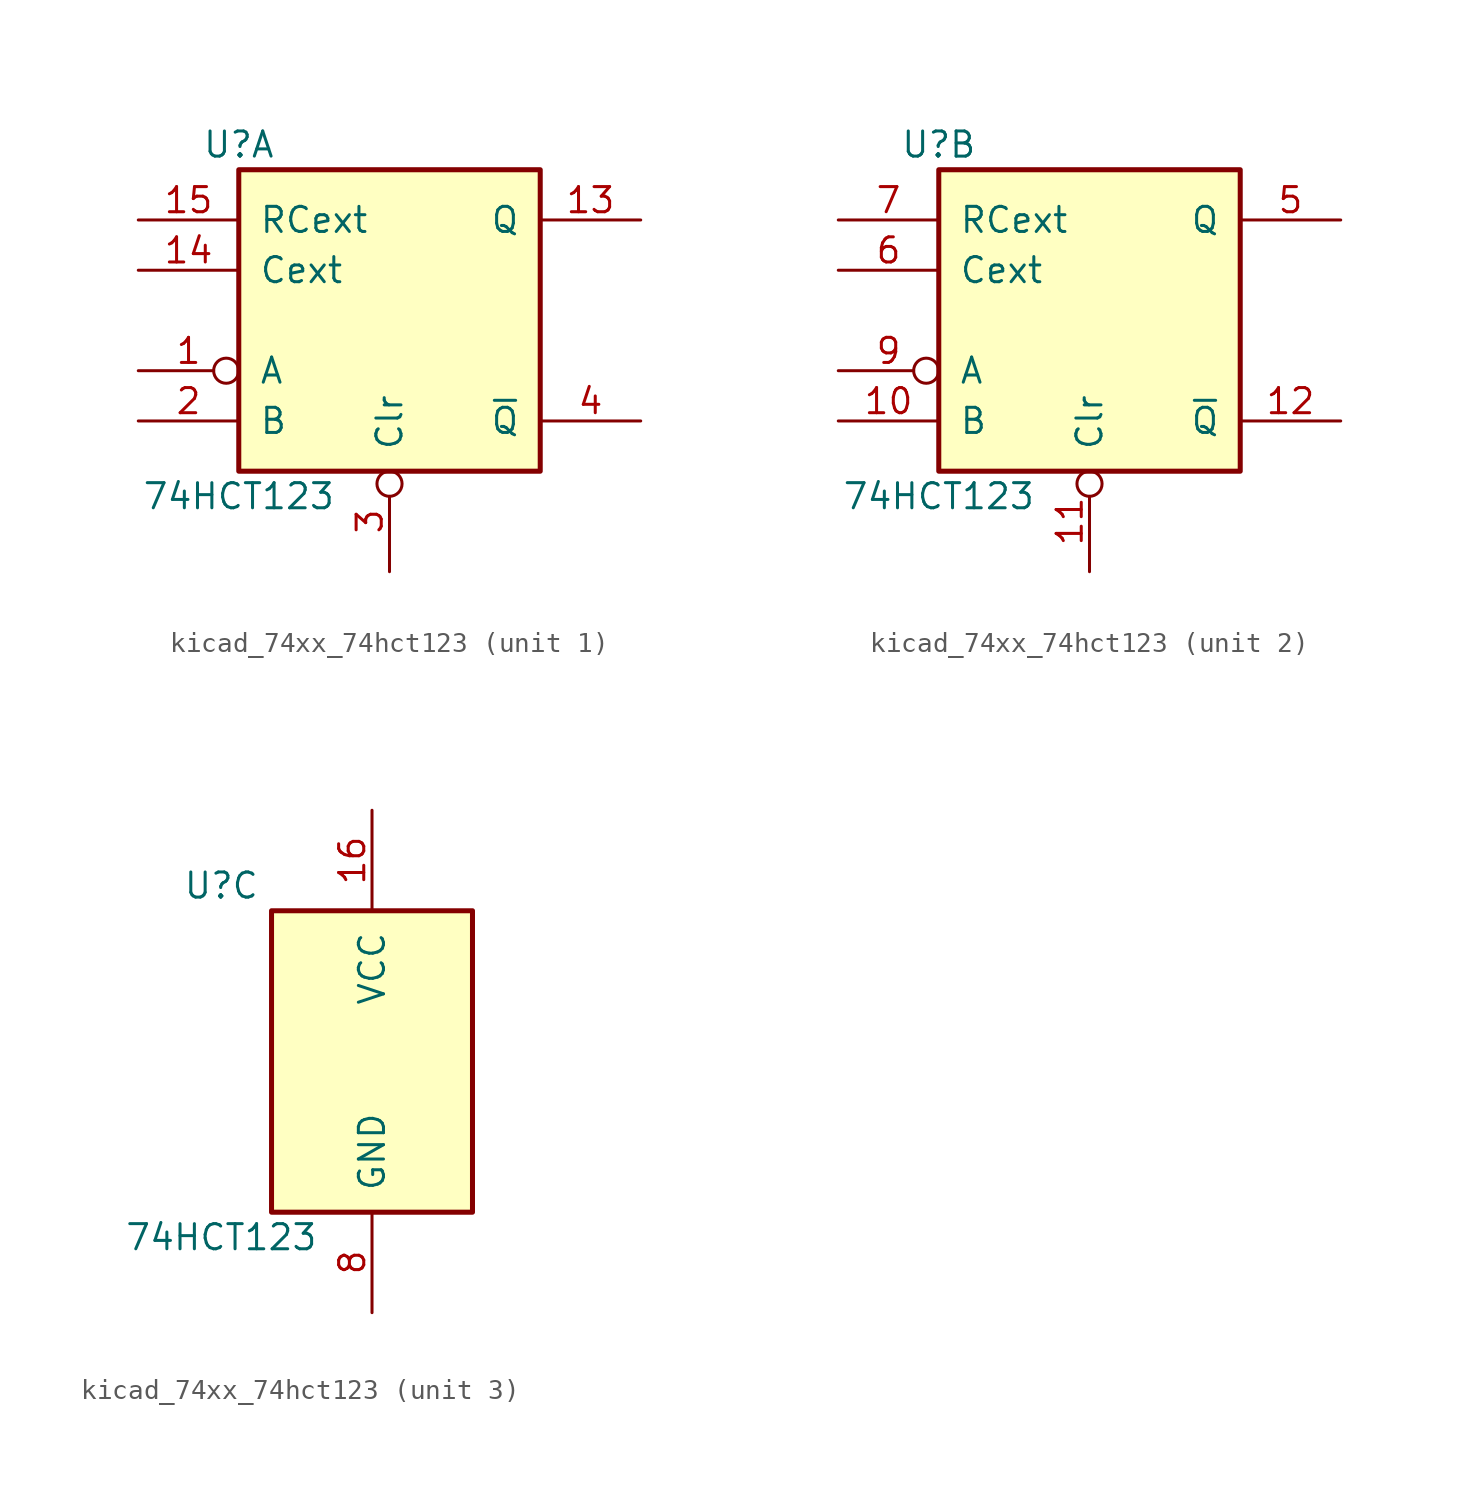
<source format=kicad_sym>
(kicad_symbol_lib
  (version 20220914)
  (generator kicad_symbol_editor)
  (symbol "kicad_74xx_74hct123"
    (pin_names
      (offset 1.016))
    (property "Reference" "U"
      (at -7.62 8.89 0)
      (effects (font (size 1.27 1.27))))
    (property "Value" "74HCT123"
      (at -7.62 -8.89 0)
      (effects (font (size 1.27 1.27))))
    (property "ki_locked" ""
      (at 0 0 0)
      (effects (font (size 1.27 1.27))))
    (symbol "kicad_74xx_74hct123_1_0"
      (pin input inverted (at -12.7 -2.54 0) (length 5.08) (name "A" (effects (font (size 1.27 1.27)))) (number "1" (effects (font (size 1.27 1.27)))))
      (pin output line (at 12.7 5.08 180) (length 5.08) (name "Q" (effects (font (size 1.27 1.27)))) (number "13" (effects (font (size 1.27 1.27)))))
      (pin input line (at -12.7 2.54 0) (length 5.08) (name "Cext" (effects (font (size 1.27 1.27)))) (number "14" (effects (font (size 1.27 1.27)))))
      (pin input line (at -12.7 5.08 0) (length 5.08) (name "RCext" (effects (font (size 1.27 1.27)))) (number "15" (effects (font (size 1.27 1.27)))))
      (pin input line (at -12.7 -5.08 0) (length 5.08) (name "B" (effects (font (size 1.27 1.27)))) (number "2" (effects (font (size 1.27 1.27)))))
      (pin input inverted (at 0 -12.7 90) (length 5.08) (name "Clr" (effects (font (size 1.27 1.27)))) (number "3" (effects (font (size 1.27 1.27)))))
      (pin output line (at 12.7 -5.08 180) (length 5.08) (name "~{Q}" (effects (font (size 1.27 1.27)))) (number "4" (effects (font (size 1.27 1.27))))))
    (symbol "kicad_74xx_74hct123_1_1"
      (rectangle (start -7.62 7.62) (end 7.62 -7.62) (stroke (width 0.254) (type default)) (fill (type background))))
    (symbol "kicad_74xx_74hct123_2_0"
      (pin input line (at -12.7 -5.08 0) (length 5.08) (name "B" (effects (font (size 1.27 1.27)))) (number "10" (effects (font (size 1.27 1.27)))))
      (pin input inverted (at 0 -12.7 90) (length 5.08) (name "Clr" (effects (font (size 1.27 1.27)))) (number "11" (effects (font (size 1.27 1.27)))))
      (pin output line (at 12.7 -5.08 180) (length 5.08) (name "~{Q}" (effects (font (size 1.27 1.27)))) (number "12" (effects (font (size 1.27 1.27)))))
      (pin output line (at 12.7 5.08 180) (length 5.08) (name "Q" (effects (font (size 1.27 1.27)))) (number "5" (effects (font (size 1.27 1.27)))))
      (pin input line (at -12.7 2.54 0) (length 5.08) (name "Cext" (effects (font (size 1.27 1.27)))) (number "6" (effects (font (size 1.27 1.27)))))
      (pin input line (at -12.7 5.08 0) (length 5.08) (name "RCext" (effects (font (size 1.27 1.27)))) (number "7" (effects (font (size 1.27 1.27)))))
      (pin input inverted (at -12.7 -2.54 0) (length 5.08) (name "A" (effects (font (size 1.27 1.27)))) (number "9" (effects (font (size 1.27 1.27))))))
    (symbol "kicad_74xx_74hct123_2_1"
      (rectangle (start -7.62 7.62) (end 7.62 -7.62) (stroke (width 0.254) (type default)) (fill (type background))))
    (symbol "kicad_74xx_74hct123_3_0"
      (pin power_in line (at 0 12.7 270) (length 5.08) (name "VCC" (effects (font (size 1.27 1.27)))) (number "16" (effects (font (size 1.27 1.27)))))
      (pin power_in line (at 0 -12.7 90) (length 5.08) (name "GND" (effects (font (size 1.27 1.27)))) (number "8" (effects (font (size 1.27 1.27))))))
    (symbol "kicad_74xx_74hct123_3_1"
      (rectangle (start -5.08 7.62) (end 5.08 -7.62) (stroke (width 0.254) (type default)) (fill (type background))))))
</source>
